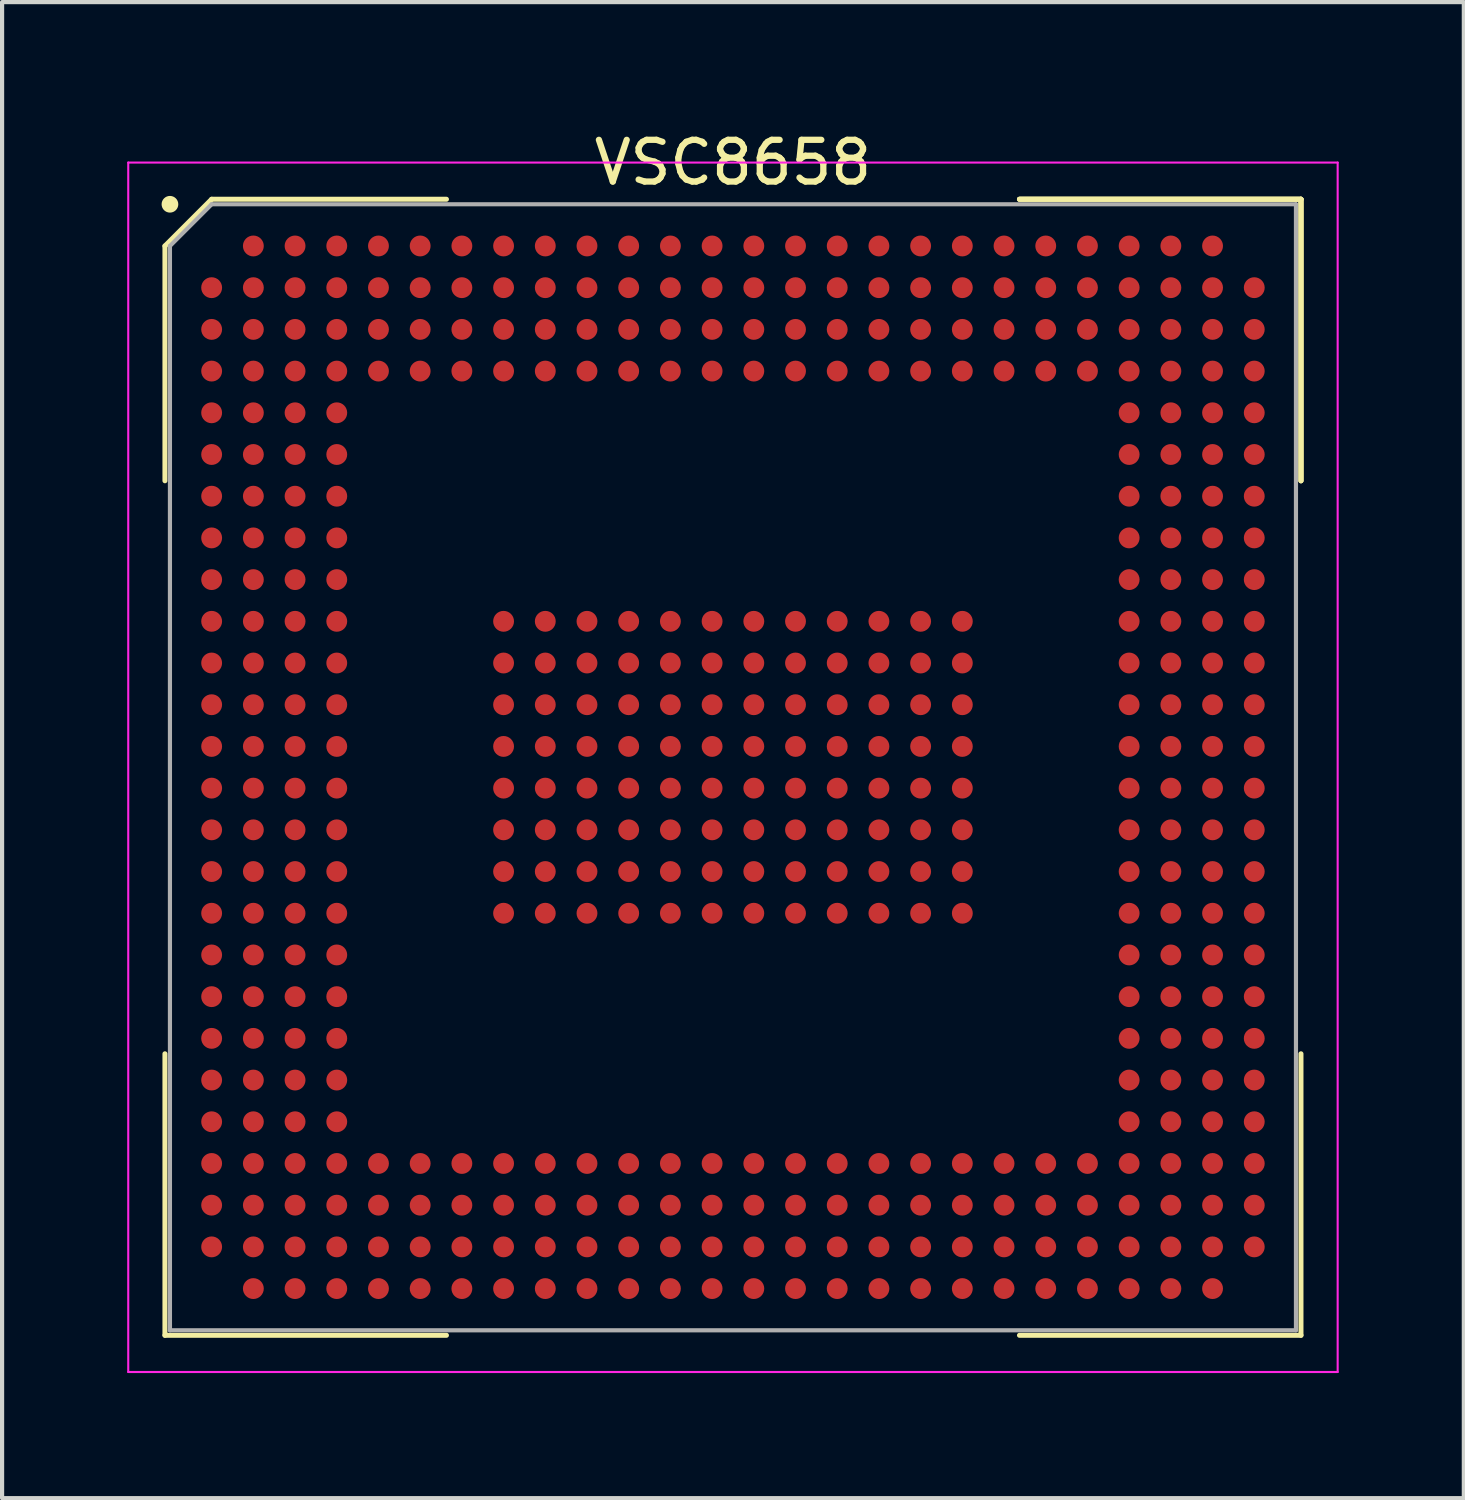
<source format=kicad_pcb>
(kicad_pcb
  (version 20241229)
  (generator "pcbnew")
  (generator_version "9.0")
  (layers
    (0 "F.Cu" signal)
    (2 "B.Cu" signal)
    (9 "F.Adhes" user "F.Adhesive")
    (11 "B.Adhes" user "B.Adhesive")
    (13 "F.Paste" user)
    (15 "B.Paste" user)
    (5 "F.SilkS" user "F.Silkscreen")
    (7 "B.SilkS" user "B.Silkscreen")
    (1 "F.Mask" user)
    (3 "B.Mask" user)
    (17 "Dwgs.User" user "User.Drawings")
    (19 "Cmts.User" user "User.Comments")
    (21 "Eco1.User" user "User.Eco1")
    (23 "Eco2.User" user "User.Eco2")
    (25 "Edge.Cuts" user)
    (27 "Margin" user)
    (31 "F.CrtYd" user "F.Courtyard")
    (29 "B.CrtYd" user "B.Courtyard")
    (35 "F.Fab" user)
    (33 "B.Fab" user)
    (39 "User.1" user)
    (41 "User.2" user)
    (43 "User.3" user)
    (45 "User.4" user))
  (footprint "VSC8658"
    (layer "F.Cu")
    (at 14.525 15.348)
    (property "Reference" "VSC8658" (at 0 -14.5 0) (layer "F.SilkS") (effects (font (size 1 1) (thickness 0.15))))
    (attr smd)
    (fp_line (start -13.62 -12.5) (end -13.62 -6.87) (stroke (width 0.12) (type solid)) (layer "F.SilkS"))
    (fp_line (start -13.62 13.62) (end -13.62 6.87) (stroke (width 0.12) (type solid)) (layer "F.SilkS"))
    (fp_line (start -12.5 -13.62) (end -13.62 -12.5) (stroke (width 0.12) (type solid)) (layer "F.SilkS"))
    (fp_line (start -6.87 -13.62) (end -12.5 -13.62) (stroke (width 0.12) (type solid)) (layer "F.SilkS"))
    (fp_line (start -6.87 13.62) (end -13.62 13.62) (stroke (width 0.12) (type solid)) (layer "F.SilkS"))
    (fp_line (start 6.87 -13.62) (end 13.62 -13.62) (stroke (width 0.12) (type solid)) (layer "F.SilkS"))
    (fp_line (start 6.87 -13.62) (end 13.62 -13.62) (stroke (width 0.12) (type solid)) (layer "F.SilkS"))
    (fp_line (start 6.87 -13.62) (end 13.62 -13.62) (stroke (width 0.12) (type solid)) (layer "F.SilkS"))
    (fp_line (start 6.87 13.62) (end 13.62 13.62) (stroke (width 0.12) (type solid)) (layer "F.SilkS"))
    (fp_line (start 13.62 -13.62) (end 13.62 -6.87) (stroke (width 0.12) (type solid)) (layer "F.SilkS"))
    (fp_line (start 13.62 -13.62) (end 13.62 -6.87) (stroke (width 0.12) (type solid)) (layer "F.SilkS"))
    (fp_line (start 13.62 -13.62) (end 13.62 -6.87) (stroke (width 0.12) (type solid)) (layer "F.SilkS"))
    (fp_line (start 13.62 13.62) (end 13.62 6.87) (stroke (width 0.12) (type solid)) (layer "F.SilkS"))
    (fp_circle (center -13.5 -13.5) (end -13.5 -13.4) (stroke (width 0.2) (type solid)) (fill no) (layer "F.SilkS"))
    (fp_line (start -14.5 -14.5) (end 14.5 -14.5) (stroke (width 0.05) (type solid)) (layer "F.CrtYd"))
    (fp_line (start -14.5 14.5) (end -14.5 -14.5) (stroke (width 0.05) (type solid)) (layer "F.CrtYd"))
    (fp_line (start 14.5 -14.5) (end 14.5 14.5) (stroke (width 0.05) (type solid)) (layer "F.CrtYd"))
    (fp_line (start 14.5 14.5) (end -14.5 14.5) (stroke (width 0.05) (type solid)) (layer "F.CrtYd"))
    (fp_line (start -13.5 -12.5) (end -13.5 13.5) (stroke (width 0.1) (type solid)) (layer "F.Fab"))
    (fp_line (start -13.5 13.5) (end 13.5 13.5) (stroke (width 0.1) (type solid)) (layer "F.Fab"))
    (fp_line (start -12.5 -13.5) (end -13.5 -12.5) (stroke (width 0.1) (type solid)) (layer "F.Fab"))
    (fp_line (start 13.5 -13.5) (end -12.5 -13.5) (stroke (width 0.1) (type solid)) (layer "F.Fab"))
    (fp_line (start 13.5 13.5) (end 13.5 -13.5) (stroke (width 0.1) (type solid)) (layer "F.Fab"))
    (pad "A2" smd circle (at -11.5 -12.5) (size 0.5 0.5) (layers "F.Cu" "F.Mask" "F.Paste"))
    (pad "A3" smd circle (at -10.5 -12.5) (size 0.5 0.5) (layers "F.Cu" "F.Mask" "F.Paste"))
    (pad "A4" smd circle (at -9.5 -12.5) (size 0.5 0.5) (layers "F.Cu" "F.Mask" "F.Paste"))
    (pad "A5" smd circle (at -8.5 -12.5) (size 0.5 0.5) (layers "F.Cu" "F.Mask" "F.Paste"))
    (pad "A6" smd circle (at -7.5 -12.5) (size 0.5 0.5) (layers "F.Cu" "F.Mask" "F.Paste"))
    (pad "A7" smd circle (at -6.5 -12.5) (size 0.5 0.5) (layers "F.Cu" "F.Mask" "F.Paste"))
    (pad "A8" smd circle (at -5.5 -12.5) (size 0.5 0.5) (layers "F.Cu" "F.Mask" "F.Paste"))
    (pad "A9" smd circle (at -4.5 -12.5) (size 0.5 0.5) (layers "F.Cu" "F.Mask" "F.Paste"))
    (pad "A10" smd circle (at -3.5 -12.5) (size 0.5 0.5) (layers "F.Cu" "F.Mask" "F.Paste"))
    (pad "A11" smd circle (at -2.5 -12.5) (size 0.5 0.5) (layers "F.Cu" "F.Mask" "F.Paste"))
    (pad "A12" smd circle (at -1.5 -12.5) (size 0.5 0.5) (layers "F.Cu" "F.Mask" "F.Paste"))
    (pad "A13" smd circle (at -0.5 -12.5) (size 0.5 0.5) (layers "F.Cu" "F.Mask" "F.Paste"))
    (pad "A14" smd circle (at 0.5 -12.5) (size 0.5 0.5) (layers "F.Cu" "F.Mask" "F.Paste"))
    (pad "A15" smd circle (at 1.5 -12.5) (size 0.5 0.5) (layers "F.Cu" "F.Mask" "F.Paste"))
    (pad "A16" smd circle (at 2.5 -12.5) (size 0.5 0.5) (layers "F.Cu" "F.Mask" "F.Paste"))
    (pad "A17" smd circle (at 3.5 -12.5) (size 0.5 0.5) (layers "F.Cu" "F.Mask" "F.Paste"))
    (pad "A18" smd circle (at 4.5 -12.5) (size 0.5 0.5) (layers "F.Cu" "F.Mask" "F.Paste"))
    (pad "A19" smd circle (at 5.5 -12.5) (size 0.5 0.5) (layers "F.Cu" "F.Mask" "F.Paste"))
    (pad "A20" smd circle (at 6.5 -12.5) (size 0.5 0.5) (layers "F.Cu" "F.Mask" "F.Paste"))
    (pad "A21" smd circle (at 7.5 -12.5) (size 0.5 0.5) (layers "F.Cu" "F.Mask" "F.Paste"))
    (pad "A22" smd circle (at 8.5 -12.5) (size 0.5 0.5) (layers "F.Cu" "F.Mask" "F.Paste"))
    (pad "A23" smd circle (at 9.5 -12.5) (size 0.5 0.5) (layers "F.Cu" "F.Mask" "F.Paste"))
    (pad "A24" smd circle (at 10.5 -12.5) (size 0.5 0.5) (layers "F.Cu" "F.Mask" "F.Paste"))
    (pad "A25" smd circle (at 11.5 -12.5) (size 0.5 0.5) (layers "F.Cu" "F.Mask" "F.Paste"))
    (pad "AA1" smd circle (at -12.5 7.5) (size 0.5 0.5) (layers "F.Cu" "F.Mask" "F.Paste"))
    (pad "AA2" smd circle (at -11.5 7.5) (size 0.5 0.5) (layers "F.Cu" "F.Mask" "F.Paste"))
    (pad "AA3" smd circle (at -10.5 7.5) (size 0.5 0.5) (layers "F.Cu" "F.Mask" "F.Paste"))
    (pad "AA4" smd circle (at -9.5 7.5) (size 0.5 0.5) (layers "F.Cu" "F.Mask" "F.Paste"))
    (pad "AA23" smd circle (at 9.5 7.5) (size 0.5 0.5) (layers "F.Cu" "F.Mask" "F.Paste"))
    (pad "AA24" smd circle (at 10.5 7.5) (size 0.5 0.5) (layers "F.Cu" "F.Mask" "F.Paste"))
    (pad "AA25" smd circle (at 11.5 7.5) (size 0.5 0.5) (layers "F.Cu" "F.Mask" "F.Paste"))
    (pad "AA26" smd circle (at 12.5 7.5) (size 0.5 0.5) (layers "F.Cu" "F.Mask" "F.Paste"))
    (pad "AB1" smd circle (at -12.5 8.5) (size 0.5 0.5) (layers "F.Cu" "F.Mask" "F.Paste"))
    (pad "AB2" smd circle (at -11.5 8.5) (size 0.5 0.5) (layers "F.Cu" "F.Mask" "F.Paste"))
    (pad "AB3" smd circle (at -10.5 8.5) (size 0.5 0.5) (layers "F.Cu" "F.Mask" "F.Paste"))
    (pad "AB4" smd circle (at -9.5 8.5) (size 0.5 0.5) (layers "F.Cu" "F.Mask" "F.Paste"))
    (pad "AB23" smd circle (at 9.5 8.5) (size 0.5 0.5) (layers "F.Cu" "F.Mask" "F.Paste"))
    (pad "AB24" smd circle (at 10.5 8.5) (size 0.5 0.5) (layers "F.Cu" "F.Mask" "F.Paste"))
    (pad "AB25" smd circle (at 11.5 8.5) (size 0.5 0.5) (layers "F.Cu" "F.Mask" "F.Paste"))
    (pad "AB26" smd circle (at 12.5 8.5) (size 0.5 0.5) (layers "F.Cu" "F.Mask" "F.Paste"))
    (pad "AC1" smd circle (at -12.5 9.5) (size 0.5 0.5) (layers "F.Cu" "F.Mask" "F.Paste"))
    (pad "AC2" smd circle (at -11.5 9.5) (size 0.5 0.5) (layers "F.Cu" "F.Mask" "F.Paste"))
    (pad "AC3" smd circle (at -10.5 9.5) (size 0.5 0.5) (layers "F.Cu" "F.Mask" "F.Paste"))
    (pad "AC4" smd circle (at -9.5 9.5) (size 0.5 0.5) (layers "F.Cu" "F.Mask" "F.Paste"))
    (pad "AC5" smd circle (at -8.5 9.5) (size 0.5 0.5) (layers "F.Cu" "F.Mask" "F.Paste"))
    (pad "AC6" smd circle (at -7.5 9.5) (size 0.5 0.5) (layers "F.Cu" "F.Mask" "F.Paste"))
    (pad "AC7" smd circle (at -6.5 9.5) (size 0.5 0.5) (layers "F.Cu" "F.Mask" "F.Paste"))
    (pad "AC8" smd circle (at -5.5 9.5) (size 0.5 0.5) (layers "F.Cu" "F.Mask" "F.Paste"))
    (pad "AC9" smd circle (at -4.5 9.5) (size 0.5 0.5) (layers "F.Cu" "F.Mask" "F.Paste"))
    (pad "AC10" smd circle (at -3.5 9.5) (size 0.5 0.5) (layers "F.Cu" "F.Mask" "F.Paste"))
    (pad "AC11" smd circle (at -2.5 9.5) (size 0.5 0.5) (layers "F.Cu" "F.Mask" "F.Paste"))
    (pad "AC12" smd circle (at -1.5 9.5) (size 0.5 0.5) (layers "F.Cu" "F.Mask" "F.Paste"))
    (pad "AC13" smd circle (at -0.5 9.5) (size 0.5 0.5) (layers "F.Cu" "F.Mask" "F.Paste"))
    (pad "AC14" smd circle (at 0.5 9.5) (size 0.5 0.5) (layers "F.Cu" "F.Mask" "F.Paste"))
    (pad "AC15" smd circle (at 1.5 9.5) (size 0.5 0.5) (layers "F.Cu" "F.Mask" "F.Paste"))
    (pad "AC16" smd circle (at 2.5 9.5) (size 0.5 0.5) (layers "F.Cu" "F.Mask" "F.Paste"))
    (pad "AC17" smd circle (at 3.5 9.5) (size 0.5 0.5) (layers "F.Cu" "F.Mask" "F.Paste"))
    (pad "AC18" smd circle (at 4.5 9.5) (size 0.5 0.5) (layers "F.Cu" "F.Mask" "F.Paste"))
    (pad "AC19" smd circle (at 5.5 9.5) (size 0.5 0.5) (layers "F.Cu" "F.Mask" "F.Paste"))
    (pad "AC20" smd circle (at 6.5 9.5) (size 0.5 0.5) (layers "F.Cu" "F.Mask" "F.Paste"))
    (pad "AC21" smd circle (at 7.5 9.5) (size 0.5 0.5) (layers "F.Cu" "F.Mask" "F.Paste"))
    (pad "AC22" smd circle (at 8.5 9.5) (size 0.5 0.5) (layers "F.Cu" "F.Mask" "F.Paste"))
    (pad "AC23" smd circle (at 9.5 9.5) (size 0.5 0.5) (layers "F.Cu" "F.Mask" "F.Paste"))
    (pad "AC24" smd circle (at 10.5 9.5) (size 0.5 0.5) (layers "F.Cu" "F.Mask" "F.Paste"))
    (pad "AC25" smd circle (at 11.5 9.5) (size 0.5 0.5) (layers "F.Cu" "F.Mask" "F.Paste"))
    (pad "AC26" smd circle (at 12.5 9.5) (size 0.5 0.5) (layers "F.Cu" "F.Mask" "F.Paste"))
    (pad "AD1" smd circle (at -12.5 10.5) (size 0.5 0.5) (layers "F.Cu" "F.Mask" "F.Paste"))
    (pad "AD2" smd circle (at -11.5 10.5) (size 0.5 0.5) (layers "F.Cu" "F.Mask" "F.Paste"))
    (pad "AD3" smd circle (at -10.5 10.5) (size 0.5 0.5) (layers "F.Cu" "F.Mask" "F.Paste"))
    (pad "AD4" smd circle (at -9.5 10.5) (size 0.5 0.5) (layers "F.Cu" "F.Mask" "F.Paste"))
    (pad "AD5" smd circle (at -8.5 10.5) (size 0.5 0.5) (layers "F.Cu" "F.Mask" "F.Paste"))
    (pad "AD6" smd circle (at -7.5 10.5) (size 0.5 0.5) (layers "F.Cu" "F.Mask" "F.Paste"))
    (pad "AD7" smd circle (at -6.5 10.5) (size 0.5 0.5) (layers "F.Cu" "F.Mask" "F.Paste"))
    (pad "AD8" smd circle (at -5.5 10.5) (size 0.5 0.5) (layers "F.Cu" "F.Mask" "F.Paste"))
    (pad "AD9" smd circle (at -4.5 10.5) (size 0.5 0.5) (layers "F.Cu" "F.Mask" "F.Paste"))
    (pad "AD10" smd circle (at -3.5 10.5) (size 0.5 0.5) (layers "F.Cu" "F.Mask" "F.Paste"))
    (pad "AD11" smd circle (at -2.5 10.5) (size 0.5 0.5) (layers "F.Cu" "F.Mask" "F.Paste"))
    (pad "AD12" smd circle (at -1.5 10.5) (size 0.5 0.5) (layers "F.Cu" "F.Mask" "F.Paste"))
    (pad "AD13" smd circle (at -0.5 10.5) (size 0.5 0.5) (layers "F.Cu" "F.Mask" "F.Paste"))
    (pad "AD14" smd circle (at 0.5 10.5) (size 0.5 0.5) (layers "F.Cu" "F.Mask" "F.Paste"))
    (pad "AD15" smd circle (at 1.5 10.5) (size 0.5 0.5) (layers "F.Cu" "F.Mask" "F.Paste"))
    (pad "AD16" smd circle (at 2.5 10.5) (size 0.5 0.5) (layers "F.Cu" "F.Mask" "F.Paste"))
    (pad "AD17" smd circle (at 3.5 10.5) (size 0.5 0.5) (layers "F.Cu" "F.Mask" "F.Paste"))
    (pad "AD18" smd circle (at 4.5 10.5) (size 0.5 0.5) (layers "F.Cu" "F.Mask" "F.Paste"))
    (pad "AD19" smd circle (at 5.5 10.5) (size 0.5 0.5) (layers "F.Cu" "F.Mask" "F.Paste"))
    (pad "AD20" smd circle (at 6.5 10.5) (size 0.5 0.5) (layers "F.Cu" "F.Mask" "F.Paste"))
    (pad "AD21" smd circle (at 7.5 10.5) (size 0.5 0.5) (layers "F.Cu" "F.Mask" "F.Paste"))
    (pad "AD22" smd circle (at 8.5 10.5) (size 0.5 0.5) (layers "F.Cu" "F.Mask" "F.Paste"))
    (pad "AD23" smd circle (at 9.5 10.5) (size 0.5 0.5) (layers "F.Cu" "F.Mask" "F.Paste"))
    (pad "AD24" smd circle (at 10.5 10.5) (size 0.5 0.5) (layers "F.Cu" "F.Mask" "F.Paste"))
    (pad "AD25" smd circle (at 11.5 10.5) (size 0.5 0.5) (layers "F.Cu" "F.Mask" "F.Paste"))
    (pad "AD26" smd circle (at 12.5 10.5) (size 0.5 0.5) (layers "F.Cu" "F.Mask" "F.Paste"))
    (pad "AE1" smd circle (at -12.5 11.5) (size 0.5 0.5) (layers "F.Cu" "F.Mask" "F.Paste"))
    (pad "AE2" smd circle (at -11.5 11.5) (size 0.5 0.5) (layers "F.Cu" "F.Mask" "F.Paste"))
    (pad "AE3" smd circle (at -10.5 11.5) (size 0.5 0.5) (layers "F.Cu" "F.Mask" "F.Paste"))
    (pad "AE4" smd circle (at -9.5 11.5) (size 0.5 0.5) (layers "F.Cu" "F.Mask" "F.Paste"))
    (pad "AE5" smd circle (at -8.5 11.5) (size 0.5 0.5) (layers "F.Cu" "F.Mask" "F.Paste"))
    (pad "AE6" smd circle (at -7.5 11.5) (size 0.5 0.5) (layers "F.Cu" "F.Mask" "F.Paste"))
    (pad "AE7" smd circle (at -6.5 11.5) (size 0.5 0.5) (layers "F.Cu" "F.Mask" "F.Paste"))
    (pad "AE8" smd circle (at -5.5 11.5) (size 0.5 0.5) (layers "F.Cu" "F.Mask" "F.Paste"))
    (pad "AE9" smd circle (at -4.5 11.5) (size 0.5 0.5) (layers "F.Cu" "F.Mask" "F.Paste"))
    (pad "AE10" smd circle (at -3.5 11.5) (size 0.5 0.5) (layers "F.Cu" "F.Mask" "F.Paste"))
    (pad "AE11" smd circle (at -2.5 11.5) (size 0.5 0.5) (layers "F.Cu" "F.Mask" "F.Paste"))
    (pad "AE12" smd circle (at -1.5 11.5) (size 0.5 0.5) (layers "F.Cu" "F.Mask" "F.Paste"))
    (pad "AE13" smd circle (at -0.5 11.5) (size 0.5 0.5) (layers "F.Cu" "F.Mask" "F.Paste"))
    (pad "AE14" smd circle (at 0.5 11.5) (size 0.5 0.5) (layers "F.Cu" "F.Mask" "F.Paste"))
    (pad "AE15" smd circle (at 1.5 11.5) (size 0.5 0.5) (layers "F.Cu" "F.Mask" "F.Paste"))
    (pad "AE16" smd circle (at 2.5 11.5) (size 0.5 0.5) (layers "F.Cu" "F.Mask" "F.Paste"))
    (pad "AE17" smd circle (at 3.5 11.5) (size 0.5 0.5) (layers "F.Cu" "F.Mask" "F.Paste"))
    (pad "AE18" smd circle (at 4.5 11.5) (size 0.5 0.5) (layers "F.Cu" "F.Mask" "F.Paste"))
    (pad "AE19" smd circle (at 5.5 11.5) (size 0.5 0.5) (layers "F.Cu" "F.Mask" "F.Paste"))
    (pad "AE20" smd circle (at 6.5 11.5) (size 0.5 0.5) (layers "F.Cu" "F.Mask" "F.Paste"))
    (pad "AE21" smd circle (at 7.5 11.5) (size 0.5 0.5) (layers "F.Cu" "F.Mask" "F.Paste"))
    (pad "AE22" smd circle (at 8.5 11.5) (size 0.5 0.5) (layers "F.Cu" "F.Mask" "F.Paste"))
    (pad "AE23" smd circle (at 9.5 11.5) (size 0.5 0.5) (layers "F.Cu" "F.Mask" "F.Paste"))
    (pad "AE24" smd circle (at 10.5 11.5) (size 0.5 0.5) (layers "F.Cu" "F.Mask" "F.Paste"))
    (pad "AE25" smd circle (at 11.5 11.5) (size 0.5 0.5) (layers "F.Cu" "F.Mask" "F.Paste"))
    (pad "AE26" smd circle (at 12.5 11.5) (size 0.5 0.5) (layers "F.Cu" "F.Mask" "F.Paste"))
    (pad "AF2" smd circle (at -11.5 12.5) (size 0.5 0.5) (layers "F.Cu" "F.Mask" "F.Paste"))
    (pad "AF3" smd circle (at -10.5 12.5) (size 0.5 0.5) (layers "F.Cu" "F.Mask" "F.Paste"))
    (pad "AF4" smd circle (at -9.5 12.5) (size 0.5 0.5) (layers "F.Cu" "F.Mask" "F.Paste"))
    (pad "AF5" smd circle (at -8.5 12.5) (size 0.5 0.5) (layers "F.Cu" "F.Mask" "F.Paste"))
    (pad "AF6" smd circle (at -7.5 12.5) (size 0.5 0.5) (layers "F.Cu" "F.Mask" "F.Paste"))
    (pad "AF7" smd circle (at -6.5 12.5) (size 0.5 0.5) (layers "F.Cu" "F.Mask" "F.Paste"))
    (pad "AF8" smd circle (at -5.5 12.5) (size 0.5 0.5) (layers "F.Cu" "F.Mask" "F.Paste"))
    (pad "AF9" smd circle (at -4.5 12.5) (size 0.5 0.5) (layers "F.Cu" "F.Mask" "F.Paste"))
    (pad "AF10" smd circle (at -3.5 12.5) (size 0.5 0.5) (layers "F.Cu" "F.Mask" "F.Paste"))
    (pad "AF11" smd circle (at -2.5 12.5) (size 0.5 0.5) (layers "F.Cu" "F.Mask" "F.Paste"))
    (pad "AF12" smd circle (at -1.5 12.5) (size 0.5 0.5) (layers "F.Cu" "F.Mask" "F.Paste"))
    (pad "AF13" smd circle (at -0.5 12.5) (size 0.5 0.5) (layers "F.Cu" "F.Mask" "F.Paste"))
    (pad "AF14" smd circle (at 0.5 12.5) (size 0.5 0.5) (layers "F.Cu" "F.Mask" "F.Paste"))
    (pad "AF15" smd circle (at 1.5 12.5) (size 0.5 0.5) (layers "F.Cu" "F.Mask" "F.Paste"))
    (pad "AF16" smd circle (at 2.5 12.5) (size 0.5 0.5) (layers "F.Cu" "F.Mask" "F.Paste"))
    (pad "AF17" smd circle (at 3.5 12.5) (size 0.5 0.5) (layers "F.Cu" "F.Mask" "F.Paste"))
    (pad "AF18" smd circle (at 4.5 12.5) (size 0.5 0.5) (layers "F.Cu" "F.Mask" "F.Paste"))
    (pad "AF19" smd circle (at 5.5 12.5) (size 0.5 0.5) (layers "F.Cu" "F.Mask" "F.Paste"))
    (pad "AF20" smd circle (at 6.5 12.5) (size 0.5 0.5) (layers "F.Cu" "F.Mask" "F.Paste"))
    (pad "AF21" smd circle (at 7.5 12.5) (size 0.5 0.5) (layers "F.Cu" "F.Mask" "F.Paste"))
    (pad "AF22" smd circle (at 8.5 12.5) (size 0.5 0.5) (layers "F.Cu" "F.Mask" "F.Paste"))
    (pad "AF23" smd circle (at 9.5 12.5) (size 0.5 0.5) (layers "F.Cu" "F.Mask" "F.Paste"))
    (pad "AF24" smd circle (at 10.5 12.5) (size 0.5 0.5) (layers "F.Cu" "F.Mask" "F.Paste"))
    (pad "AF25" smd circle (at 11.5 12.5) (size 0.5 0.5) (layers "F.Cu" "F.Mask" "F.Paste"))
    (pad "B1" smd circle (at -12.5 -11.5) (size 0.5 0.5) (layers "F.Cu" "F.Mask" "F.Paste"))
    (pad "B2" smd circle (at -11.5 -11.5) (size 0.5 0.5) (layers "F.Cu" "F.Mask" "F.Paste"))
    (pad "B3" smd circle (at -10.5 -11.5) (size 0.5 0.5) (layers "F.Cu" "F.Mask" "F.Paste"))
    (pad "B4" smd circle (at -9.5 -11.5) (size 0.5 0.5) (layers "F.Cu" "F.Mask" "F.Paste"))
    (pad "B5" smd circle (at -8.5 -11.5) (size 0.5 0.5) (layers "F.Cu" "F.Mask" "F.Paste"))
    (pad "B6" smd circle (at -7.5 -11.5) (size 0.5 0.5) (layers "F.Cu" "F.Mask" "F.Paste"))
    (pad "B7" smd circle (at -6.5 -11.5) (size 0.5 0.5) (layers "F.Cu" "F.Mask" "F.Paste"))
    (pad "B8" smd circle (at -5.5 -11.5) (size 0.5 0.5) (layers "F.Cu" "F.Mask" "F.Paste"))
    (pad "B9" smd circle (at -4.5 -11.5) (size 0.5 0.5) (layers "F.Cu" "F.Mask" "F.Paste"))
    (pad "B10" smd circle (at -3.5 -11.5) (size 0.5 0.5) (layers "F.Cu" "F.Mask" "F.Paste"))
    (pad "B11" smd circle (at -2.5 -11.5) (size 0.5 0.5) (layers "F.Cu" "F.Mask" "F.Paste"))
    (pad "B12" smd circle (at -1.5 -11.5) (size 0.5 0.5) (layers "F.Cu" "F.Mask" "F.Paste"))
    (pad "B13" smd circle (at -0.5 -11.5) (size 0.5 0.5) (layers "F.Cu" "F.Mask" "F.Paste"))
    (pad "B14" smd circle (at 0.5 -11.5) (size 0.5 0.5) (layers "F.Cu" "F.Mask" "F.Paste"))
    (pad "B15" smd circle (at 1.5 -11.5) (size 0.5 0.5) (layers "F.Cu" "F.Mask" "F.Paste"))
    (pad "B16" smd circle (at 2.5 -11.5) (size 0.5 0.5) (layers "F.Cu" "F.Mask" "F.Paste"))
    (pad "B17" smd circle (at 3.5 -11.5) (size 0.5 0.5) (layers "F.Cu" "F.Mask" "F.Paste"))
    (pad "B18" smd circle (at 4.5 -11.5) (size 0.5 0.5) (layers "F.Cu" "F.Mask" "F.Paste"))
    (pad "B19" smd circle (at 5.5 -11.5) (size 0.5 0.5) (layers "F.Cu" "F.Mask" "F.Paste"))
    (pad "B20" smd circle (at 6.5 -11.5) (size 0.5 0.5) (layers "F.Cu" "F.Mask" "F.Paste"))
    (pad "B21" smd circle (at 7.5 -11.5) (size 0.5 0.5) (layers "F.Cu" "F.Mask" "F.Paste"))
    (pad "B22" smd circle (at 8.5 -11.5) (size 0.5 0.5) (layers "F.Cu" "F.Mask" "F.Paste"))
    (pad "B23" smd circle (at 9.5 -11.5) (size 0.5 0.5) (layers "F.Cu" "F.Mask" "F.Paste"))
    (pad "B24" smd circle (at 10.5 -11.5) (size 0.5 0.5) (layers "F.Cu" "F.Mask" "F.Paste"))
    (pad "B25" smd circle (at 11.5 -11.5) (size 0.5 0.5) (layers "F.Cu" "F.Mask" "F.Paste"))
    (pad "B26" smd circle (at 12.5 -11.5) (size 0.5 0.5) (layers "F.Cu" "F.Mask" "F.Paste"))
    (pad "C1" smd circle (at -12.5 -10.5) (size 0.5 0.5) (layers "F.Cu" "F.Mask" "F.Paste"))
    (pad "C2" smd circle (at -11.5 -10.5) (size 0.5 0.5) (layers "F.Cu" "F.Mask" "F.Paste"))
    (pad "C3" smd circle (at -10.5 -10.5) (size 0.5 0.5) (layers "F.Cu" "F.Mask" "F.Paste"))
    (pad "C4" smd circle (at -9.5 -10.5) (size 0.5 0.5) (layers "F.Cu" "F.Mask" "F.Paste"))
    (pad "C5" smd circle (at -8.5 -10.5) (size 0.5 0.5) (layers "F.Cu" "F.Mask" "F.Paste"))
    (pad "C6" smd circle (at -7.5 -10.5) (size 0.5 0.5) (layers "F.Cu" "F.Mask" "F.Paste"))
    (pad "C7" smd circle (at -6.5 -10.5) (size 0.5 0.5) (layers "F.Cu" "F.Mask" "F.Paste"))
    (pad "C8" smd circle (at -5.5 -10.5) (size 0.5 0.5) (layers "F.Cu" "F.Mask" "F.Paste"))
    (pad "C9" smd circle (at -4.5 -10.5) (size 0.5 0.5) (layers "F.Cu" "F.Mask" "F.Paste"))
    (pad "C10" smd circle (at -3.5 -10.5) (size 0.5 0.5) (layers "F.Cu" "F.Mask" "F.Paste"))
    (pad "C11" smd circle (at -2.5 -10.5) (size 0.5 0.5) (layers "F.Cu" "F.Mask" "F.Paste"))
    (pad "C12" smd circle (at -1.5 -10.5) (size 0.5 0.5) (layers "F.Cu" "F.Mask" "F.Paste"))
    (pad "C13" smd circle (at -0.5 -10.5) (size 0.5 0.5) (layers "F.Cu" "F.Mask" "F.Paste"))
    (pad "C14" smd circle (at 0.5 -10.5) (size 0.5 0.5) (layers "F.Cu" "F.Mask" "F.Paste"))
    (pad "C15" smd circle (at 1.5 -10.5) (size 0.5 0.5) (layers "F.Cu" "F.Mask" "F.Paste"))
    (pad "C16" smd circle (at 2.5 -10.5) (size 0.5 0.5) (layers "F.Cu" "F.Mask" "F.Paste"))
    (pad "C17" smd circle (at 3.5 -10.5) (size 0.5 0.5) (layers "F.Cu" "F.Mask" "F.Paste"))
    (pad "C18" smd circle (at 4.5 -10.5) (size 0.5 0.5) (layers "F.Cu" "F.Mask" "F.Paste"))
    (pad "C19" smd circle (at 5.5 -10.5) (size 0.5 0.5) (layers "F.Cu" "F.Mask" "F.Paste"))
    (pad "C20" smd circle (at 6.5 -10.5) (size 0.5 0.5) (layers "F.Cu" "F.Mask" "F.Paste"))
    (pad "C21" smd circle (at 7.5 -10.5) (size 0.5 0.5) (layers "F.Cu" "F.Mask" "F.Paste"))
    (pad "C22" smd circle (at 8.5 -10.5) (size 0.5 0.5) (layers "F.Cu" "F.Mask" "F.Paste"))
    (pad "C23" smd circle (at 9.5 -10.5) (size 0.5 0.5) (layers "F.Cu" "F.Mask" "F.Paste"))
    (pad "C24" smd circle (at 10.5 -10.5) (size 0.5 0.5) (layers "F.Cu" "F.Mask" "F.Paste"))
    (pad "C25" smd circle (at 11.5 -10.5) (size 0.5 0.5) (layers "F.Cu" "F.Mask" "F.Paste"))
    (pad "C26" smd circle (at 12.5 -10.5) (size 0.5 0.5) (layers "F.Cu" "F.Mask" "F.Paste"))
    (pad "D1" smd circle (at -12.5 -9.5) (size 0.5 0.5) (layers "F.Cu" "F.Mask" "F.Paste"))
    (pad "D2" smd circle (at -11.5 -9.5) (size 0.5 0.5) (layers "F.Cu" "F.Mask" "F.Paste"))
    (pad "D3" smd circle (at -10.5 -9.5) (size 0.5 0.5) (layers "F.Cu" "F.Mask" "F.Paste"))
    (pad "D4" smd circle (at -9.5 -9.5) (size 0.5 0.5) (layers "F.Cu" "F.Mask" "F.Paste"))
    (pad "D5" smd circle (at -8.5 -9.5) (size 0.5 0.5) (layers "F.Cu" "F.Mask" "F.Paste"))
    (pad "D6" smd circle (at -7.5 -9.5) (size 0.5 0.5) (layers "F.Cu" "F.Mask" "F.Paste"))
    (pad "D7" smd circle (at -6.5 -9.5) (size 0.5 0.5) (layers "F.Cu" "F.Mask" "F.Paste"))
    (pad "D8" smd circle (at -5.5 -9.5) (size 0.5 0.5) (layers "F.Cu" "F.Mask" "F.Paste"))
    (pad "D9" smd circle (at -4.5 -9.5) (size 0.5 0.5) (layers "F.Cu" "F.Mask" "F.Paste"))
    (pad "D10" smd circle (at -3.5 -9.5) (size 0.5 0.5) (layers "F.Cu" "F.Mask" "F.Paste"))
    (pad "D11" smd circle (at -2.5 -9.5) (size 0.5 0.5) (layers "F.Cu" "F.Mask" "F.Paste"))
    (pad "D12" smd circle (at -1.5 -9.5) (size 0.5 0.5) (layers "F.Cu" "F.Mask" "F.Paste"))
    (pad "D13" smd circle (at -0.5 -9.5) (size 0.5 0.5) (layers "F.Cu" "F.Mask" "F.Paste"))
    (pad "D14" smd circle (at 0.5 -9.5) (size 0.5 0.5) (layers "F.Cu" "F.Mask" "F.Paste"))
    (pad "D15" smd circle (at 1.5 -9.5) (size 0.5 0.5) (layers "F.Cu" "F.Mask" "F.Paste"))
    (pad "D16" smd circle (at 2.5 -9.5) (size 0.5 0.5) (layers "F.Cu" "F.Mask" "F.Paste"))
    (pad "D17" smd circle (at 3.5 -9.5) (size 0.5 0.5) (layers "F.Cu" "F.Mask" "F.Paste"))
    (pad "D18" smd circle (at 4.5 -9.5) (size 0.5 0.5) (layers "F.Cu" "F.Mask" "F.Paste"))
    (pad "D19" smd circle (at 5.5 -9.5) (size 0.5 0.5) (layers "F.Cu" "F.Mask" "F.Paste"))
    (pad "D20" smd circle (at 6.5 -9.5) (size 0.5 0.5) (layers "F.Cu" "F.Mask" "F.Paste"))
    (pad "D21" smd circle (at 7.5 -9.5) (size 0.5 0.5) (layers "F.Cu" "F.Mask" "F.Paste"))
    (pad "D22" smd circle (at 8.5 -9.5) (size 0.5 0.5) (layers "F.Cu" "F.Mask" "F.Paste"))
    (pad "D23" smd circle (at 9.5 -9.5) (size 0.5 0.5) (layers "F.Cu" "F.Mask" "F.Paste"))
    (pad "D24" smd circle (at 10.5 -9.5) (size 0.5 0.5) (layers "F.Cu" "F.Mask" "F.Paste"))
    (pad "D25" smd circle (at 11.5 -9.5) (size 0.5 0.5) (layers "F.Cu" "F.Mask" "F.Paste"))
    (pad "D26" smd circle (at 12.5 -9.5) (size 0.5 0.5) (layers "F.Cu" "F.Mask" "F.Paste"))
    (pad "E1" smd circle (at -12.5 -8.5) (size 0.5 0.5) (layers "F.Cu" "F.Mask" "F.Paste"))
    (pad "E2" smd circle (at -11.5 -8.5) (size 0.5 0.5) (layers "F.Cu" "F.Mask" "F.Paste"))
    (pad "E3" smd circle (at -10.5 -8.5) (size 0.5 0.5) (layers "F.Cu" "F.Mask" "F.Paste"))
    (pad "E4" smd circle (at -9.5 -8.5) (size 0.5 0.5) (layers "F.Cu" "F.Mask" "F.Paste"))
    (pad "E23" smd circle (at 9.5 -8.5) (size 0.5 0.5) (layers "F.Cu" "F.Mask" "F.Paste"))
    (pad "E24" smd circle (at 10.5 -8.5) (size 0.5 0.5) (layers "F.Cu" "F.Mask" "F.Paste"))
    (pad "E25" smd circle (at 11.5 -8.5) (size 0.5 0.5) (layers "F.Cu" "F.Mask" "F.Paste"))
    (pad "E26" smd circle (at 12.5 -8.5) (size 0.5 0.5) (layers "F.Cu" "F.Mask" "F.Paste"))
    (pad "F1" smd circle (at -12.5 -7.5) (size 0.5 0.5) (layers "F.Cu" "F.Mask" "F.Paste"))
    (pad "F2" smd circle (at -11.5 -7.5) (size 0.5 0.5) (layers "F.Cu" "F.Mask" "F.Paste"))
    (pad "F3" smd circle (at -10.5 -7.5) (size 0.5 0.5) (layers "F.Cu" "F.Mask" "F.Paste"))
    (pad "F4" smd circle (at -9.5 -7.5) (size 0.5 0.5) (layers "F.Cu" "F.Mask" "F.Paste"))
    (pad "F23" smd circle (at 9.5 -7.5) (size 0.5 0.5) (layers "F.Cu" "F.Mask" "F.Paste"))
    (pad "F24" smd circle (at 10.5 -7.5) (size 0.5 0.5) (layers "F.Cu" "F.Mask" "F.Paste"))
    (pad "F25" smd circle (at 11.5 -7.5) (size 0.5 0.5) (layers "F.Cu" "F.Mask" "F.Paste"))
    (pad "F26" smd circle (at 12.5 -7.5) (size 0.5 0.5) (layers "F.Cu" "F.Mask" "F.Paste"))
    (pad "G1" smd circle (at -12.5 -6.5) (size 0.5 0.5) (layers "F.Cu" "F.Mask" "F.Paste"))
    (pad "G2" smd circle (at -11.5 -6.5) (size 0.5 0.5) (layers "F.Cu" "F.Mask" "F.Paste"))
    (pad "G3" smd circle (at -10.5 -6.5) (size 0.5 0.5) (layers "F.Cu" "F.Mask" "F.Paste"))
    (pad "G4" smd circle (at -9.5 -6.5) (size 0.5 0.5) (layers "F.Cu" "F.Mask" "F.Paste"))
    (pad "G23" smd circle (at 9.5 -6.5) (size 0.5 0.5) (layers "F.Cu" "F.Mask" "F.Paste"))
    (pad "G24" smd circle (at 10.5 -6.5) (size 0.5 0.5) (layers "F.Cu" "F.Mask" "F.Paste"))
    (pad "G25" smd circle (at 11.5 -6.5) (size 0.5 0.5) (layers "F.Cu" "F.Mask" "F.Paste"))
    (pad "G26" smd circle (at 12.5 -6.5) (size 0.5 0.5) (layers "F.Cu" "F.Mask" "F.Paste"))
    (pad "H1" smd circle (at -12.5 -5.5) (size 0.5 0.5) (layers "F.Cu" "F.Mask" "F.Paste"))
    (pad "H2" smd circle (at -11.5 -5.5) (size 0.5 0.5) (layers "F.Cu" "F.Mask" "F.Paste"))
    (pad "H3" smd circle (at -10.5 -5.5) (size 0.5 0.5) (layers "F.Cu" "F.Mask" "F.Paste"))
    (pad "H4" smd circle (at -9.5 -5.5) (size 0.5 0.5) (layers "F.Cu" "F.Mask" "F.Paste"))
    (pad "H23" smd circle (at 9.5 -5.5) (size 0.5 0.5) (layers "F.Cu" "F.Mask" "F.Paste"))
    (pad "H24" smd circle (at 10.5 -5.5) (size 0.5 0.5) (layers "F.Cu" "F.Mask" "F.Paste"))
    (pad "H25" smd circle (at 11.5 -5.5) (size 0.5 0.5) (layers "F.Cu" "F.Mask" "F.Paste"))
    (pad "H26" smd circle (at 12.5 -5.5) (size 0.5 0.5) (layers "F.Cu" "F.Mask" "F.Paste"))
    (pad "J1" smd circle (at -12.5 -4.5) (size 0.5 0.5) (layers "F.Cu" "F.Mask" "F.Paste"))
    (pad "J2" smd circle (at -11.5 -4.5) (size 0.5 0.5) (layers "F.Cu" "F.Mask" "F.Paste"))
    (pad "J3" smd circle (at -10.5 -4.5) (size 0.5 0.5) (layers "F.Cu" "F.Mask" "F.Paste"))
    (pad "J4" smd circle (at -9.5 -4.5) (size 0.5 0.5) (layers "F.Cu" "F.Mask" "F.Paste"))
    (pad "J23" smd circle (at 9.5 -4.5) (size 0.5 0.5) (layers "F.Cu" "F.Mask" "F.Paste"))
    (pad "J24" smd circle (at 10.5 -4.5) (size 0.5 0.5) (layers "F.Cu" "F.Mask" "F.Paste"))
    (pad "J25" smd circle (at 11.5 -4.5) (size 0.5 0.5) (layers "F.Cu" "F.Mask" "F.Paste"))
    (pad "J26" smd circle (at 12.5 -4.5) (size 0.5 0.5) (layers "F.Cu" "F.Mask" "F.Paste"))
    (pad "K1" smd circle (at -12.5 -3.5) (size 0.5 0.5) (layers "F.Cu" "F.Mask" "F.Paste"))
    (pad "K2" smd circle (at -11.5 -3.5) (size 0.5 0.5) (layers "F.Cu" "F.Mask" "F.Paste"))
    (pad "K3" smd circle (at -10.5 -3.5) (size 0.5 0.5) (layers "F.Cu" "F.Mask" "F.Paste"))
    (pad "K4" smd circle (at -9.5 -3.5) (size 0.5 0.5) (layers "F.Cu" "F.Mask" "F.Paste"))
    (pad "K8" smd circle (at -5.5 -3.5) (size 0.5 0.5) (layers "F.Cu" "F.Mask" "F.Paste"))
    (pad "K9" smd circle (at -4.5 -3.5) (size 0.5 0.5) (layers "F.Cu" "F.Mask" "F.Paste"))
    (pad "K10" smd circle (at -3.5 -3.5) (size 0.5 0.5) (layers "F.Cu" "F.Mask" "F.Paste"))
    (pad "K11" smd circle (at -2.5 -3.5) (size 0.5 0.5) (layers "F.Cu" "F.Mask" "F.Paste"))
    (pad "K12" smd circle (at -1.5 -3.5) (size 0.5 0.5) (layers "F.Cu" "F.Mask" "F.Paste"))
    (pad "K13" smd circle (at -0.5 -3.5) (size 0.5 0.5) (layers "F.Cu" "F.Mask" "F.Paste"))
    (pad "K14" smd circle (at 0.5 -3.5) (size 0.5 0.5) (layers "F.Cu" "F.Mask" "F.Paste"))
    (pad "K15" smd circle (at 1.5 -3.5) (size 0.5 0.5) (layers "F.Cu" "F.Mask" "F.Paste"))
    (pad "K16" smd circle (at 2.5 -3.5) (size 0.5 0.5) (layers "F.Cu" "F.Mask" "F.Paste"))
    (pad "K17" smd circle (at 3.5 -3.5) (size 0.5 0.5) (layers "F.Cu" "F.Mask" "F.Paste"))
    (pad "K18" smd circle (at 4.5 -3.5) (size 0.5 0.5) (layers "F.Cu" "F.Mask" "F.Paste"))
    (pad "K19" smd circle (at 5.5 -3.5) (size 0.5 0.5) (layers "F.Cu" "F.Mask" "F.Paste"))
    (pad "K23" smd circle (at 9.5 -3.5) (size 0.5 0.5) (layers "F.Cu" "F.Mask" "F.Paste"))
    (pad "K24" smd circle (at 10.5 -3.5) (size 0.5 0.5) (layers "F.Cu" "F.Mask" "F.Paste"))
    (pad "K25" smd circle (at 11.5 -3.5) (size 0.5 0.5) (layers "F.Cu" "F.Mask" "F.Paste"))
    (pad "K26" smd circle (at 12.5 -3.5) (size 0.5 0.5) (layers "F.Cu" "F.Mask" "F.Paste"))
    (pad "L1" smd circle (at -12.5 -2.5) (size 0.5 0.5) (layers "F.Cu" "F.Mask" "F.Paste"))
    (pad "L2" smd circle (at -11.5 -2.5) (size 0.5 0.5) (layers "F.Cu" "F.Mask" "F.Paste"))
    (pad "L3" smd circle (at -10.5 -2.5) (size 0.5 0.5) (layers "F.Cu" "F.Mask" "F.Paste"))
    (pad "L4" smd circle (at -9.5 -2.5) (size 0.5 0.5) (layers "F.Cu" "F.Mask" "F.Paste"))
    (pad "L8" smd circle (at -5.5 -2.5) (size 0.5 0.5) (layers "F.Cu" "F.Mask" "F.Paste"))
    (pad "L9" smd circle (at -4.5 -2.5) (size 0.5 0.5) (layers "F.Cu" "F.Mask" "F.Paste"))
    (pad "L10" smd circle (at -3.5 -2.5) (size 0.5 0.5) (layers "F.Cu" "F.Mask" "F.Paste"))
    (pad "L11" smd circle (at -2.5 -2.5) (size 0.5 0.5) (layers "F.Cu" "F.Mask" "F.Paste"))
    (pad "L12" smd circle (at -1.5 -2.5) (size 0.5 0.5) (layers "F.Cu" "F.Mask" "F.Paste"))
    (pad "L13" smd circle (at -0.5 -2.5) (size 0.5 0.5) (layers "F.Cu" "F.Mask" "F.Paste"))
    (pad "L14" smd circle (at 0.5 -2.5) (size 0.5 0.5) (layers "F.Cu" "F.Mask" "F.Paste"))
    (pad "L15" smd circle (at 1.5 -2.5) (size 0.5 0.5) (layers "F.Cu" "F.Mask" "F.Paste"))
    (pad "L16" smd circle (at 2.5 -2.5) (size 0.5 0.5) (layers "F.Cu" "F.Mask" "F.Paste"))
    (pad "L17" smd circle (at 3.5 -2.5) (size 0.5 0.5) (layers "F.Cu" "F.Mask" "F.Paste"))
    (pad "L18" smd circle (at 4.5 -2.5) (size 0.5 0.5) (layers "F.Cu" "F.Mask" "F.Paste"))
    (pad "L19" smd circle (at 5.5 -2.5) (size 0.5 0.5) (layers "F.Cu" "F.Mask" "F.Paste"))
    (pad "L23" smd circle (at 9.5 -2.5) (size 0.5 0.5) (layers "F.Cu" "F.Mask" "F.Paste"))
    (pad "L24" smd circle (at 10.5 -2.5) (size 0.5 0.5) (layers "F.Cu" "F.Mask" "F.Paste"))
    (pad "L25" smd circle (at 11.5 -2.5) (size 0.5 0.5) (layers "F.Cu" "F.Mask" "F.Paste"))
    (pad "L26" smd circle (at 12.5 -2.5) (size 0.5 0.5) (layers "F.Cu" "F.Mask" "F.Paste"))
    (pad "M1" smd circle (at -12.5 -1.5) (size 0.5 0.5) (layers "F.Cu" "F.Mask" "F.Paste"))
    (pad "M2" smd circle (at -11.5 -1.5) (size 0.5 0.5) (layers "F.Cu" "F.Mask" "F.Paste"))
    (pad "M3" smd circle (at -10.5 -1.5) (size 0.5 0.5) (layers "F.Cu" "F.Mask" "F.Paste"))
    (pad "M4" smd circle (at -9.5 -1.5) (size 0.5 0.5) (layers "F.Cu" "F.Mask" "F.Paste"))
    (pad "M8" smd circle (at -5.5 -1.5) (size 0.5 0.5) (layers "F.Cu" "F.Mask" "F.Paste"))
    (pad "M9" smd circle (at -4.5 -1.5) (size 0.5 0.5) (layers "F.Cu" "F.Mask" "F.Paste"))
    (pad "M10" smd circle (at -3.5 -1.5) (size 0.5 0.5) (layers "F.Cu" "F.Mask" "F.Paste"))
    (pad "M11" smd circle (at -2.5 -1.5) (size 0.5 0.5) (layers "F.Cu" "F.Mask" "F.Paste"))
    (pad "M12" smd circle (at -1.5 -1.5) (size 0.5 0.5) (layers "F.Cu" "F.Mask" "F.Paste"))
    (pad "M13" smd circle (at -0.5 -1.5) (size 0.5 0.5) (layers "F.Cu" "F.Mask" "F.Paste"))
    (pad "M14" smd circle (at 0.5 -1.5) (size 0.5 0.5) (layers "F.Cu" "F.Mask" "F.Paste"))
    (pad "M15" smd circle (at 1.5 -1.5) (size 0.5 0.5) (layers "F.Cu" "F.Mask" "F.Paste"))
    (pad "M16" smd circle (at 2.5 -1.5) (size 0.5 0.5) (layers "F.Cu" "F.Mask" "F.Paste"))
    (pad "M17" smd circle (at 3.5 -1.5) (size 0.5 0.5) (layers "F.Cu" "F.Mask" "F.Paste"))
    (pad "M18" smd circle (at 4.5 -1.5) (size 0.5 0.5) (layers "F.Cu" "F.Mask" "F.Paste"))
    (pad "M19" smd circle (at 5.5 -1.5) (size 0.5 0.5) (layers "F.Cu" "F.Mask" "F.Paste"))
    (pad "M23" smd circle (at 9.5 -1.5) (size 0.5 0.5) (layers "F.Cu" "F.Mask" "F.Paste"))
    (pad "M24" smd circle (at 10.5 -1.5) (size 0.5 0.5) (layers "F.Cu" "F.Mask" "F.Paste"))
    (pad "M25" smd circle (at 11.5 -1.5) (size 0.5 0.5) (layers "F.Cu" "F.Mask" "F.Paste"))
    (pad "M26" smd circle (at 12.5 -1.5) (size 0.5 0.5) (layers "F.Cu" "F.Mask" "F.Paste"))
    (pad "N1" smd circle (at -12.5 -0.5) (size 0.5 0.5) (layers "F.Cu" "F.Mask" "F.Paste"))
    (pad "N2" smd circle (at -11.5 -0.5) (size 0.5 0.5) (layers "F.Cu" "F.Mask" "F.Paste"))
    (pad "N3" smd circle (at -10.5 -0.5) (size 0.5 0.5) (layers "F.Cu" "F.Mask" "F.Paste"))
    (pad "N4" smd circle (at -9.5 -0.5) (size 0.5 0.5) (layers "F.Cu" "F.Mask" "F.Paste"))
    (pad "N8" smd circle (at -5.5 -0.5) (size 0.5 0.5) (layers "F.Cu" "F.Mask" "F.Paste"))
    (pad "N9" smd circle (at -4.5 -0.5) (size 0.5 0.5) (layers "F.Cu" "F.Mask" "F.Paste"))
    (pad "N10" smd circle (at -3.5 -0.5) (size 0.5 0.5) (layers "F.Cu" "F.Mask" "F.Paste"))
    (pad "N11" smd circle (at -2.5 -0.5) (size 0.5 0.5) (layers "F.Cu" "F.Mask" "F.Paste"))
    (pad "N12" smd circle (at -1.5 -0.5) (size 0.5 0.5) (layers "F.Cu" "F.Mask" "F.Paste"))
    (pad "N13" smd circle (at -0.5 -0.5) (size 0.5 0.5) (layers "F.Cu" "F.Mask" "F.Paste"))
    (pad "N14" smd circle (at 0.5 -0.5) (size 0.5 0.5) (layers "F.Cu" "F.Mask" "F.Paste"))
    (pad "N15" smd circle (at 1.5 -0.5) (size 0.5 0.5) (layers "F.Cu" "F.Mask" "F.Paste"))
    (pad "N16" smd circle (at 2.5 -0.5) (size 0.5 0.5) (layers "F.Cu" "F.Mask" "F.Paste"))
    (pad "N17" smd circle (at 3.5 -0.5) (size 0.5 0.5) (layers "F.Cu" "F.Mask" "F.Paste"))
    (pad "N18" smd circle (at 4.5 -0.5) (size 0.5 0.5) (layers "F.Cu" "F.Mask" "F.Paste"))
    (pad "N19" smd circle (at 5.5 -0.5) (size 0.5 0.5) (layers "F.Cu" "F.Mask" "F.Paste"))
    (pad "N23" smd circle (at 9.5 -0.5) (size 0.5 0.5) (layers "F.Cu" "F.Mask" "F.Paste"))
    (pad "N24" smd circle (at 10.5 -0.5) (size 0.5 0.5) (layers "F.Cu" "F.Mask" "F.Paste"))
    (pad "N25" smd circle (at 11.5 -0.5) (size 0.5 0.5) (layers "F.Cu" "F.Mask" "F.Paste"))
    (pad "N26" smd circle (at 12.5 -0.5) (size 0.5 0.5) (layers "F.Cu" "F.Mask" "F.Paste"))
    (pad "P1" smd circle (at -12.5 0.5) (size 0.5 0.5) (layers "F.Cu" "F.Mask" "F.Paste"))
    (pad "P2" smd circle (at -11.5 0.5) (size 0.5 0.5) (layers "F.Cu" "F.Mask" "F.Paste"))
    (pad "P3" smd circle (at -10.5 0.5) (size 0.5 0.5) (layers "F.Cu" "F.Mask" "F.Paste"))
    (pad "P4" smd circle (at -9.5 0.5) (size 0.5 0.5) (layers "F.Cu" "F.Mask" "F.Paste"))
    (pad "P8" smd circle (at -5.5 0.5) (size 0.5 0.5) (layers "F.Cu" "F.Mask" "F.Paste"))
    (pad "P9" smd circle (at -4.5 0.5) (size 0.5 0.5) (layers "F.Cu" "F.Mask" "F.Paste"))
    (pad "P10" smd circle (at -3.5 0.5) (size 0.5 0.5) (layers "F.Cu" "F.Mask" "F.Paste"))
    (pad "P11" smd circle (at -2.5 0.5) (size 0.5 0.5) (layers "F.Cu" "F.Mask" "F.Paste"))
    (pad "P12" smd circle (at -1.5 0.5) (size 0.5 0.5) (layers "F.Cu" "F.Mask" "F.Paste"))
    (pad "P13" smd circle (at -0.5 0.5) (size 0.5 0.5) (layers "F.Cu" "F.Mask" "F.Paste"))
    (pad "P14" smd circle (at 0.5 0.5) (size 0.5 0.5) (layers "F.Cu" "F.Mask" "F.Paste"))
    (pad "P15" smd circle (at 1.5 0.5) (size 0.5 0.5) (layers "F.Cu" "F.Mask" "F.Paste"))
    (pad "P16" smd circle (at 2.5 0.5) (size 0.5 0.5) (layers "F.Cu" "F.Mask" "F.Paste"))
    (pad "P17" smd circle (at 3.5 0.5) (size 0.5 0.5) (layers "F.Cu" "F.Mask" "F.Paste"))
    (pad "P18" smd circle (at 4.5 0.5) (size 0.5 0.5) (layers "F.Cu" "F.Mask" "F.Paste"))
    (pad "P19" smd circle (at 5.5 0.5) (size 0.5 0.5) (layers "F.Cu" "F.Mask" "F.Paste"))
    (pad "P23" smd circle (at 9.5 0.5) (size 0.5 0.5) (layers "F.Cu" "F.Mask" "F.Paste"))
    (pad "P24" smd circle (at 10.5 0.5) (size 0.5 0.5) (layers "F.Cu" "F.Mask" "F.Paste"))
    (pad "P25" smd circle (at 11.5 0.5) (size 0.5 0.5) (layers "F.Cu" "F.Mask" "F.Paste"))
    (pad "P26" smd circle (at 12.5 0.5) (size 0.5 0.5) (layers "F.Cu" "F.Mask" "F.Paste"))
    (pad "R1" smd circle (at -12.5 1.5) (size 0.5 0.5) (layers "F.Cu" "F.Mask" "F.Paste"))
    (pad "R2" smd circle (at -11.5 1.5) (size 0.5 0.5) (layers "F.Cu" "F.Mask" "F.Paste"))
    (pad "R3" smd circle (at -10.5 1.5) (size 0.5 0.5) (layers "F.Cu" "F.Mask" "F.Paste"))
    (pad "R4" smd circle (at -9.5 1.5) (size 0.5 0.5) (layers "F.Cu" "F.Mask" "F.Paste"))
    (pad "R8" smd circle (at -5.5 1.5) (size 0.5 0.5) (layers "F.Cu" "F.Mask" "F.Paste"))
    (pad "R9" smd circle (at -4.5 1.5) (size 0.5 0.5) (layers "F.Cu" "F.Mask" "F.Paste"))
    (pad "R10" smd circle (at -3.5 1.5) (size 0.5 0.5) (layers "F.Cu" "F.Mask" "F.Paste"))
    (pad "R11" smd circle (at -2.5 1.5) (size 0.5 0.5) (layers "F.Cu" "F.Mask" "F.Paste"))
    (pad "R12" smd circle (at -1.5 1.5) (size 0.5 0.5) (layers "F.Cu" "F.Mask" "F.Paste"))
    (pad "R13" smd circle (at -0.5 1.5) (size 0.5 0.5) (layers "F.Cu" "F.Mask" "F.Paste"))
    (pad "R14" smd circle (at 0.5 1.5) (size 0.5 0.5) (layers "F.Cu" "F.Mask" "F.Paste"))
    (pad "R15" smd circle (at 1.5 1.5) (size 0.5 0.5) (layers "F.Cu" "F.Mask" "F.Paste"))
    (pad "R16" smd circle (at 2.5 1.5) (size 0.5 0.5) (layers "F.Cu" "F.Mask" "F.Paste"))
    (pad "R17" smd circle (at 3.5 1.5) (size 0.5 0.5) (layers "F.Cu" "F.Mask" "F.Paste"))
    (pad "R18" smd circle (at 4.5 1.5) (size 0.5 0.5) (layers "F.Cu" "F.Mask" "F.Paste"))
    (pad "R19" smd circle (at 5.5 1.5) (size 0.5 0.5) (layers "F.Cu" "F.Mask" "F.Paste"))
    (pad "R23" smd circle (at 9.5 1.5) (size 0.5 0.5) (layers "F.Cu" "F.Mask" "F.Paste"))
    (pad "R24" smd circle (at 10.5 1.5) (size 0.5 0.5) (layers "F.Cu" "F.Mask" "F.Paste"))
    (pad "R25" smd circle (at 11.5 1.5) (size 0.5 0.5) (layers "F.Cu" "F.Mask" "F.Paste"))
    (pad "R26" smd circle (at 12.5 1.5) (size 0.5 0.5) (layers "F.Cu" "F.Mask" "F.Paste"))
    (pad "T1" smd circle (at -12.5 2.5) (size 0.5 0.5) (layers "F.Cu" "F.Mask" "F.Paste"))
    (pad "T2" smd circle (at -11.5 2.5) (size 0.5 0.5) (layers "F.Cu" "F.Mask" "F.Paste"))
    (pad "T3" smd circle (at -10.5 2.5) (size 0.5 0.5) (layers "F.Cu" "F.Mask" "F.Paste"))
    (pad "T4" smd circle (at -9.5 2.5) (size 0.5 0.5) (layers "F.Cu" "F.Mask" "F.Paste"))
    (pad "T8" smd circle (at -5.5 2.5) (size 0.5 0.5) (layers "F.Cu" "F.Mask" "F.Paste"))
    (pad "T9" smd circle (at -4.5 2.5) (size 0.5 0.5) (layers "F.Cu" "F.Mask" "F.Paste"))
    (pad "T10" smd circle (at -3.5 2.5) (size 0.5 0.5) (layers "F.Cu" "F.Mask" "F.Paste"))
    (pad "T11" smd circle (at -2.5 2.5) (size 0.5 0.5) (layers "F.Cu" "F.Mask" "F.Paste"))
    (pad "T12" smd circle (at -1.5 2.5) (size 0.5 0.5) (layers "F.Cu" "F.Mask" "F.Paste"))
    (pad "T13" smd circle (at -0.5 2.5) (size 0.5 0.5) (layers "F.Cu" "F.Mask" "F.Paste"))
    (pad "T14" smd circle (at 0.5 2.5) (size 0.5 0.5) (layers "F.Cu" "F.Mask" "F.Paste"))
    (pad "T15" smd circle (at 1.5 2.5) (size 0.5 0.5) (layers "F.Cu" "F.Mask" "F.Paste"))
    (pad "T16" smd circle (at 2.5 2.5) (size 0.5 0.5) (layers "F.Cu" "F.Mask" "F.Paste"))
    (pad "T17" smd circle (at 3.5 2.5) (size 0.5 0.5) (layers "F.Cu" "F.Mask" "F.Paste"))
    (pad "T18" smd circle (at 4.5 2.5) (size 0.5 0.5) (layers "F.Cu" "F.Mask" "F.Paste"))
    (pad "T19" smd circle (at 5.5 2.5) (size 0.5 0.5) (layers "F.Cu" "F.Mask" "F.Paste"))
    (pad "T23" smd circle (at 9.5 2.5) (size 0.5 0.5) (layers "F.Cu" "F.Mask" "F.Paste"))
    (pad "T24" smd circle (at 10.5 2.5) (size 0.5 0.5) (layers "F.Cu" "F.Mask" "F.Paste"))
    (pad "T25" smd circle (at 11.5 2.5) (size 0.5 0.5) (layers "F.Cu" "F.Mask" "F.Paste"))
    (pad "T26" smd circle (at 12.5 2.5) (size 0.5 0.5) (layers "F.Cu" "F.Mask" "F.Paste"))
    (pad "U1" smd circle (at -12.5 3.5) (size 0.5 0.5) (layers "F.Cu" "F.Mask" "F.Paste"))
    (pad "U2" smd circle (at -11.5 3.5) (size 0.5 0.5) (layers "F.Cu" "F.Mask" "F.Paste"))
    (pad "U3" smd circle (at -10.5 3.5) (size 0.5 0.5) (layers "F.Cu" "F.Mask" "F.Paste"))
    (pad "U4" smd circle (at -9.5 3.5) (size 0.5 0.5) (layers "F.Cu" "F.Mask" "F.Paste"))
    (pad "U8" smd circle (at -5.5 3.5) (size 0.5 0.5) (layers "F.Cu" "F.Mask" "F.Paste"))
    (pad "U9" smd circle (at -4.5 3.5) (size 0.5 0.5) (layers "F.Cu" "F.Mask" "F.Paste"))
    (pad "U10" smd circle (at -3.5 3.5) (size 0.5 0.5) (layers "F.Cu" "F.Mask" "F.Paste"))
    (pad "U11" smd circle (at -2.5 3.5) (size 0.5 0.5) (layers "F.Cu" "F.Mask" "F.Paste"))
    (pad "U12" smd circle (at -1.5 3.5) (size 0.5 0.5) (layers "F.Cu" "F.Mask" "F.Paste"))
    (pad "U13" smd circle (at -0.5 3.5) (size 0.5 0.5) (layers "F.Cu" "F.Mask" "F.Paste"))
    (pad "U14" smd circle (at 0.5 3.5) (size 0.5 0.5) (layers "F.Cu" "F.Mask" "F.Paste"))
    (pad "U15" smd circle (at 1.5 3.5) (size 0.5 0.5) (layers "F.Cu" "F.Mask" "F.Paste"))
    (pad "U16" smd circle (at 2.5 3.5) (size 0.5 0.5) (layers "F.Cu" "F.Mask" "F.Paste"))
    (pad "U17" smd circle (at 3.5 3.5) (size 0.5 0.5) (layers "F.Cu" "F.Mask" "F.Paste"))
    (pad "U18" smd circle (at 4.5 3.5) (size 0.5 0.5) (layers "F.Cu" "F.Mask" "F.Paste"))
    (pad "U19" smd circle (at 5.5 3.5) (size 0.5 0.5) (layers "F.Cu" "F.Mask" "F.Paste"))
    (pad "U23" smd circle (at 9.5 3.5) (size 0.5 0.5) (layers "F.Cu" "F.Mask" "F.Paste"))
    (pad "U24" smd circle (at 10.5 3.5) (size 0.5 0.5) (layers "F.Cu" "F.Mask" "F.Paste"))
    (pad "U25" smd circle (at 11.5 3.5) (size 0.5 0.5) (layers "F.Cu" "F.Mask" "F.Paste"))
    (pad "U26" smd circle (at 12.5 3.5) (size 0.5 0.5) (layers "F.Cu" "F.Mask" "F.Paste"))
    (pad "V1" smd circle (at -12.5 4.5) (size 0.5 0.5) (layers "F.Cu" "F.Mask" "F.Paste"))
    (pad "V2" smd circle (at -11.5 4.5) (size 0.5 0.5) (layers "F.Cu" "F.Mask" "F.Paste"))
    (pad "V3" smd circle (at -10.5 4.5) (size 0.5 0.5) (layers "F.Cu" "F.Mask" "F.Paste"))
    (pad "V4" smd circle (at -9.5 4.5) (size 0.5 0.5) (layers "F.Cu" "F.Mask" "F.Paste"))
    (pad "V23" smd circle (at 9.5 4.5) (size 0.5 0.5) (layers "F.Cu" "F.Mask" "F.Paste"))
    (pad "V24" smd circle (at 10.5 4.5) (size 0.5 0.5) (layers "F.Cu" "F.Mask" "F.Paste"))
    (pad "V25" smd circle (at 11.5 4.5) (size 0.5 0.5) (layers "F.Cu" "F.Mask" "F.Paste"))
    (pad "V26" smd circle (at 12.5 4.5) (size 0.5 0.5) (layers "F.Cu" "F.Mask" "F.Paste"))
    (pad "W1" smd circle (at -12.5 5.5) (size 0.5 0.5) (layers "F.Cu" "F.Mask" "F.Paste"))
    (pad "W2" smd circle (at -11.5 5.5) (size 0.5 0.5) (layers "F.Cu" "F.Mask" "F.Paste"))
    (pad "W3" smd circle (at -10.5 5.5) (size 0.5 0.5) (layers "F.Cu" "F.Mask" "F.Paste"))
    (pad "W4" smd circle (at -9.5 5.5) (size 0.5 0.5) (layers "F.Cu" "F.Mask" "F.Paste"))
    (pad "W23" smd circle (at 9.5 5.5) (size 0.5 0.5) (layers "F.Cu" "F.Mask" "F.Paste"))
    (pad "W24" smd circle (at 10.5 5.5) (size 0.5 0.5) (layers "F.Cu" "F.Mask" "F.Paste"))
    (pad "W25" smd circle (at 11.5 5.5) (size 0.5 0.5) (layers "F.Cu" "F.Mask" "F.Paste"))
    (pad "W26" smd circle (at 12.5 5.5) (size 0.5 0.5) (layers "F.Cu" "F.Mask" "F.Paste"))
    (pad "Y1" smd circle (at -12.5 6.5) (size 0.5 0.5) (layers "F.Cu" "F.Mask" "F.Paste"))
    (pad "Y2" smd circle (at -11.5 6.5) (size 0.5 0.5) (layers "F.Cu" "F.Mask" "F.Paste"))
    (pad "Y3" smd circle (at -10.5 6.5) (size 0.5 0.5) (layers "F.Cu" "F.Mask" "F.Paste"))
    (pad "Y4" smd circle (at -9.5 6.5) (size 0.5 0.5) (layers "F.Cu" "F.Mask" "F.Paste"))
    (pad "Y23" smd circle (at 9.5 6.5) (size 0.5 0.5) (layers "F.Cu" "F.Mask" "F.Paste"))
    (pad "Y24" smd circle (at 10.5 6.5) (size 0.5 0.5) (layers "F.Cu" "F.Mask" "F.Paste"))
    (pad "Y25" smd circle (at 11.5 6.5) (size 0.5 0.5) (layers "F.Cu" "F.Mask" "F.Paste"))
    (pad "Y26" smd circle (at 12.5 6.5) (size 0.5 0.5) (layers "F.Cu" "F.Mask" "F.Paste")))
  (gr_rect
    (start -3 -3)
    (end 32.05 32.873)
    (stroke (width 0.1) (type default))
    (fill no)
    (layer "Edge.Cuts")))
</source>
